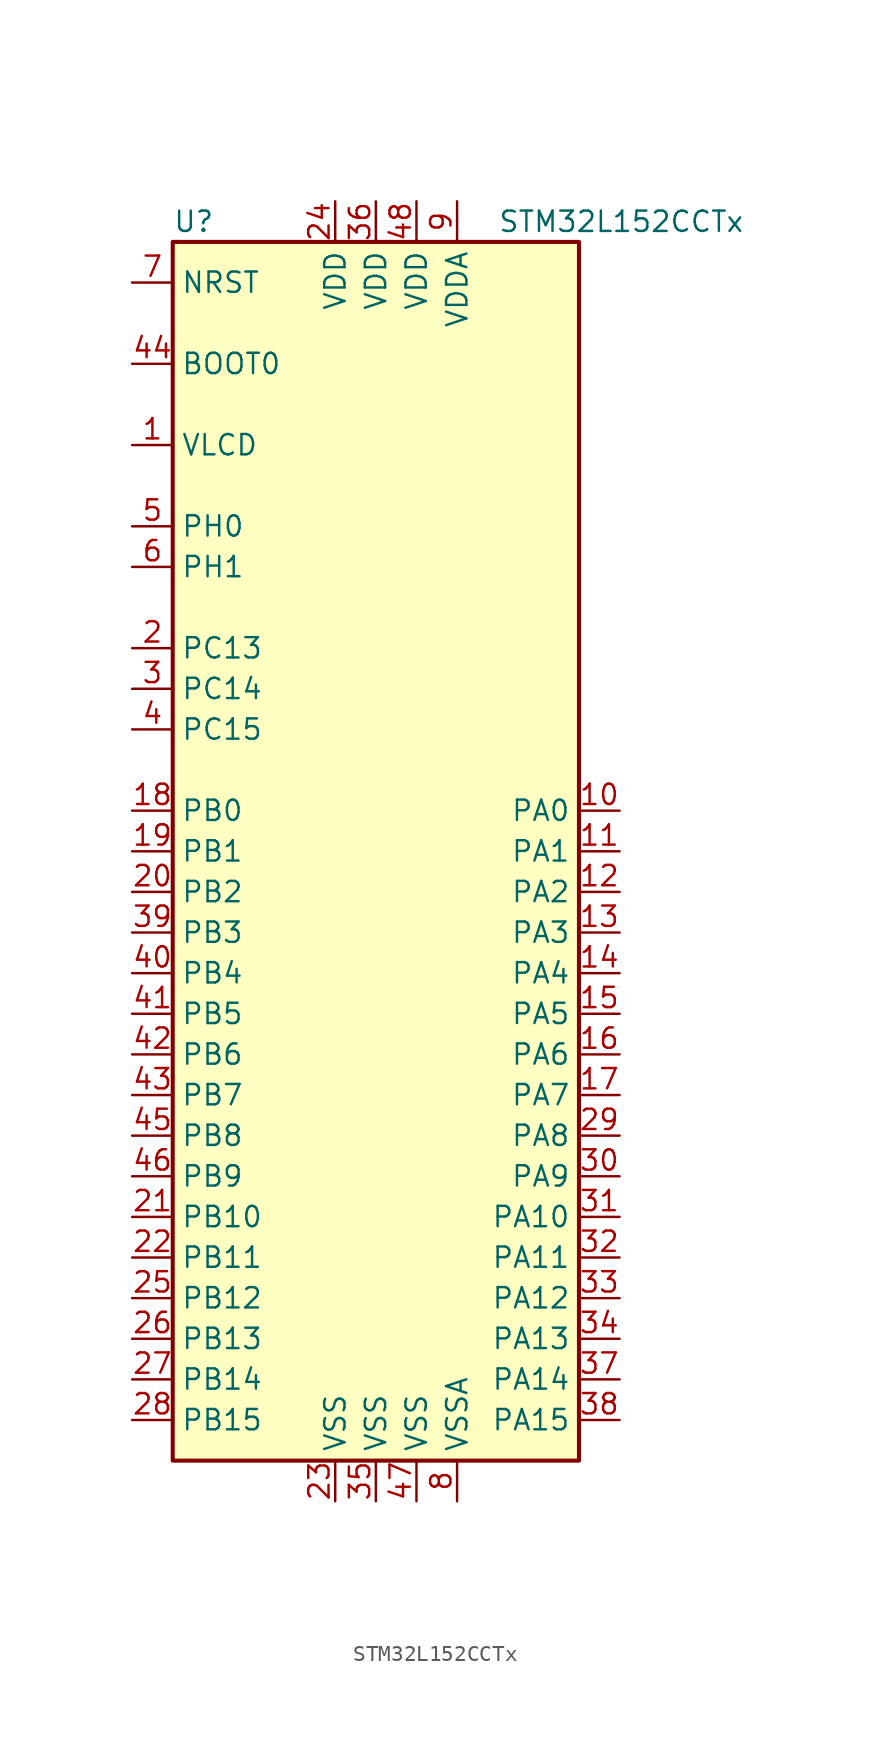
<source format=kicad_sym>
(kicad_symbol_lib
  (version 20211014)
  (generator kicad_symbol_editor)
  (symbol "STM32L152CCTx"
    (property "Reference" "U"
      (at -12.7 39.37 0)
      (effects (font (size 1.27 1.27)) (justify left)))
    (property "Value" "STM32L152CCTx"
      (at 7.62 39.37 0)
      (effects (font (size 1.27 1.27)) (justify left)))
    (symbol "STM32L152CCTx_0_1"
      (rectangle (start -12.7 -38.1) (end 12.7 38.1) (stroke (width 0.254) (type default) (color 0 0 0 0)) (fill (type background))))
    (symbol "STM32L152CCTx_1_1"
      (pin power_in line (at -15.24 25.4 0) (length 2.54) (name "VLCD" (effects (font (size 1.27 1.27)))) (number "1" (effects (font (size 1.27 1.27)))))
      (pin bidirectional line (at 15.24 2.54 180) (length 2.54) (name "PA0" (effects (font (size 1.27 1.27)))) (number "10" (effects (font (size 1.27 1.27)))))
      (pin bidirectional line (at 15.24 0 180) (length 2.54) (name "PA1" (effects (font (size 1.27 1.27)))) (number "11" (effects (font (size 1.27 1.27)))))
      (pin bidirectional line (at 15.24 -2.54 180) (length 2.54) (name "PA2" (effects (font (size 1.27 1.27)))) (number "12" (effects (font (size 1.27 1.27)))))
      (pin bidirectional line (at 15.24 -5.08 180) (length 2.54) (name "PA3" (effects (font (size 1.27 1.27)))) (number "13" (effects (font (size 1.27 1.27)))))
      (pin bidirectional line (at 15.24 -7.62 180) (length 2.54) (name "PA4" (effects (font (size 1.27 1.27)))) (number "14" (effects (font (size 1.27 1.27)))))
      (pin bidirectional line (at 15.24 -10.16 180) (length 2.54) (name "PA5" (effects (font (size 1.27 1.27)))) (number "15" (effects (font (size 1.27 1.27)))))
      (pin bidirectional line (at 15.24 -12.7 180) (length 2.54) (name "PA6" (effects (font (size 1.27 1.27)))) (number "16" (effects (font (size 1.27 1.27)))))
      (pin bidirectional line (at 15.24 -15.24 180) (length 2.54) (name "PA7" (effects (font (size 1.27 1.27)))) (number "17" (effects (font (size 1.27 1.27)))))
      (pin bidirectional line (at -15.24 2.54 0) (length 2.54) (name "PB0" (effects (font (size 1.27 1.27)))) (number "18" (effects (font (size 1.27 1.27)))))
      (pin bidirectional line (at -15.24 0 0) (length 2.54) (name "PB1" (effects (font (size 1.27 1.27)))) (number "19" (effects (font (size 1.27 1.27)))))
      (pin bidirectional line (at -15.24 12.7 0) (length 2.54) (name "PC13" (effects (font (size 1.27 1.27)))) (number "2" (effects (font (size 1.27 1.27)))))
      (pin bidirectional line (at -15.24 -2.54 0) (length 2.54) (name "PB2" (effects (font (size 1.27 1.27)))) (number "20" (effects (font (size 1.27 1.27)))))
      (pin bidirectional line (at -15.24 -22.86 0) (length 2.54) (name "PB10" (effects (font (size 1.27 1.27)))) (number "21" (effects (font (size 1.27 1.27)))))
      (pin bidirectional line (at -15.24 -25.4 0) (length 2.54) (name "PB11" (effects (font (size 1.27 1.27)))) (number "22" (effects (font (size 1.27 1.27)))))
      (pin power_in line (at -2.54 -40.64 90) (length 2.54) (name "VSS" (effects (font (size 1.27 1.27)))) (number "23" (effects (font (size 1.27 1.27)))))
      (pin power_in line (at -2.54 40.64 270) (length 2.54) (name "VDD" (effects (font (size 1.27 1.27)))) (number "24" (effects (font (size 1.27 1.27)))))
      (pin bidirectional line (at -15.24 -27.94 0) (length 2.54) (name "PB12" (effects (font (size 1.27 1.27)))) (number "25" (effects (font (size 1.27 1.27)))))
      (pin bidirectional line (at -15.24 -30.48 0) (length 2.54) (name "PB13" (effects (font (size 1.27 1.27)))) (number "26" (effects (font (size 1.27 1.27)))))
      (pin bidirectional line (at -15.24 -33.02 0) (length 2.54) (name "PB14" (effects (font (size 1.27 1.27)))) (number "27" (effects (font (size 1.27 1.27)))))
      (pin bidirectional line (at -15.24 -35.56 0) (length 2.54) (name "PB15" (effects (font (size 1.27 1.27)))) (number "28" (effects (font (size 1.27 1.27)))))
      (pin bidirectional line (at 15.24 -17.78 180) (length 2.54) (name "PA8" (effects (font (size 1.27 1.27)))) (number "29" (effects (font (size 1.27 1.27)))))
      (pin bidirectional line (at -15.24 10.16 0) (length 2.54) (name "PC14" (effects (font (size 1.27 1.27)))) (number "3" (effects (font (size 1.27 1.27)))))
      (pin bidirectional line (at 15.24 -20.32 180) (length 2.54) (name "PA9" (effects (font (size 1.27 1.27)))) (number "30" (effects (font (size 1.27 1.27)))))
      (pin bidirectional line (at 15.24 -22.86 180) (length 2.54) (name "PA10" (effects (font (size 1.27 1.27)))) (number "31" (effects (font (size 1.27 1.27)))))
      (pin bidirectional line (at 15.24 -25.4 180) (length 2.54) (name "PA11" (effects (font (size 1.27 1.27)))) (number "32" (effects (font (size 1.27 1.27)))))
      (pin bidirectional line (at 15.24 -27.94 180) (length 2.54) (name "PA12" (effects (font (size 1.27 1.27)))) (number "33" (effects (font (size 1.27 1.27)))))
      (pin bidirectional line (at 15.24 -30.48 180) (length 2.54) (name "PA13" (effects (font (size 1.27 1.27)))) (number "34" (effects (font (size 1.27 1.27)))))
      (pin power_in line (at 0 -40.64 90) (length 2.54) (name "VSS" (effects (font (size 1.27 1.27)))) (number "35" (effects (font (size 1.27 1.27)))))
      (pin power_in line (at 0 40.64 270) (length 2.54) (name "VDD" (effects (font (size 1.27 1.27)))) (number "36" (effects (font (size 1.27 1.27)))))
      (pin bidirectional line (at 15.24 -33.02 180) (length 2.54) (name "PA14" (effects (font (size 1.27 1.27)))) (number "37" (effects (font (size 1.27 1.27)))))
      (pin bidirectional line (at 15.24 -35.56 180) (length 2.54) (name "PA15" (effects (font (size 1.27 1.27)))) (number "38" (effects (font (size 1.27 1.27)))))
      (pin bidirectional line (at -15.24 -5.08 0) (length 2.54) (name "PB3" (effects (font (size 1.27 1.27)))) (number "39" (effects (font (size 1.27 1.27)))))
      (pin bidirectional line (at -15.24 7.62 0) (length 2.54) (name "PC15" (effects (font (size 1.27 1.27)))) (number "4" (effects (font (size 1.27 1.27)))))
      (pin bidirectional line (at -15.24 -7.62 0) (length 2.54) (name "PB4" (effects (font (size 1.27 1.27)))) (number "40" (effects (font (size 1.27 1.27)))))
      (pin bidirectional line (at -15.24 -10.16 0) (length 2.54) (name "PB5" (effects (font (size 1.27 1.27)))) (number "41" (effects (font (size 1.27 1.27)))))
      (pin bidirectional line (at -15.24 -12.7 0) (length 2.54) (name "PB6" (effects (font (size 1.27 1.27)))) (number "42" (effects (font (size 1.27 1.27)))))
      (pin bidirectional line (at -15.24 -15.24 0) (length 2.54) (name "PB7" (effects (font (size 1.27 1.27)))) (number "43" (effects (font (size 1.27 1.27)))))
      (pin input line (at -15.24 30.48 0) (length 2.54) (name "BOOT0" (effects (font (size 1.27 1.27)))) (number "44" (effects (font (size 1.27 1.27)))))
      (pin bidirectional line (at -15.24 -17.78 0) (length 2.54) (name "PB8" (effects (font (size 1.27 1.27)))) (number "45" (effects (font (size 1.27 1.27)))))
      (pin bidirectional line (at -15.24 -20.32 0) (length 2.54) (name "PB9" (effects (font (size 1.27 1.27)))) (number "46" (effects (font (size 1.27 1.27)))))
      (pin power_in line (at 2.54 -40.64 90) (length 2.54) (name "VSS" (effects (font (size 1.27 1.27)))) (number "47" (effects (font (size 1.27 1.27)))))
      (pin power_in line (at 2.54 40.64 270) (length 2.54) (name "VDD" (effects (font (size 1.27 1.27)))) (number "48" (effects (font (size 1.27 1.27)))))
      (pin input line (at -15.24 20.32 0) (length 2.54) (name "PH0" (effects (font (size 1.27 1.27)))) (number "5" (effects (font (size 1.27 1.27)))))
      (pin input line (at -15.24 17.78 0) (length 2.54) (name "PH1" (effects (font (size 1.27 1.27)))) (number "6" (effects (font (size 1.27 1.27)))))
      (pin input line (at -15.24 35.56 0) (length 2.54) (name "NRST" (effects (font (size 1.27 1.27)))) (number "7" (effects (font (size 1.27 1.27)))))
      (pin power_in line (at 5.08 -40.64 90) (length 2.54) (name "VSSA" (effects (font (size 1.27 1.27)))) (number "8" (effects (font (size 1.27 1.27)))))
      (pin power_in line (at 5.08 40.64 270) (length 2.54) (name "VDDA" (effects (font (size 1.27 1.27)))) (number "9" (effects (font (size 1.27 1.27))))))))
</source>
